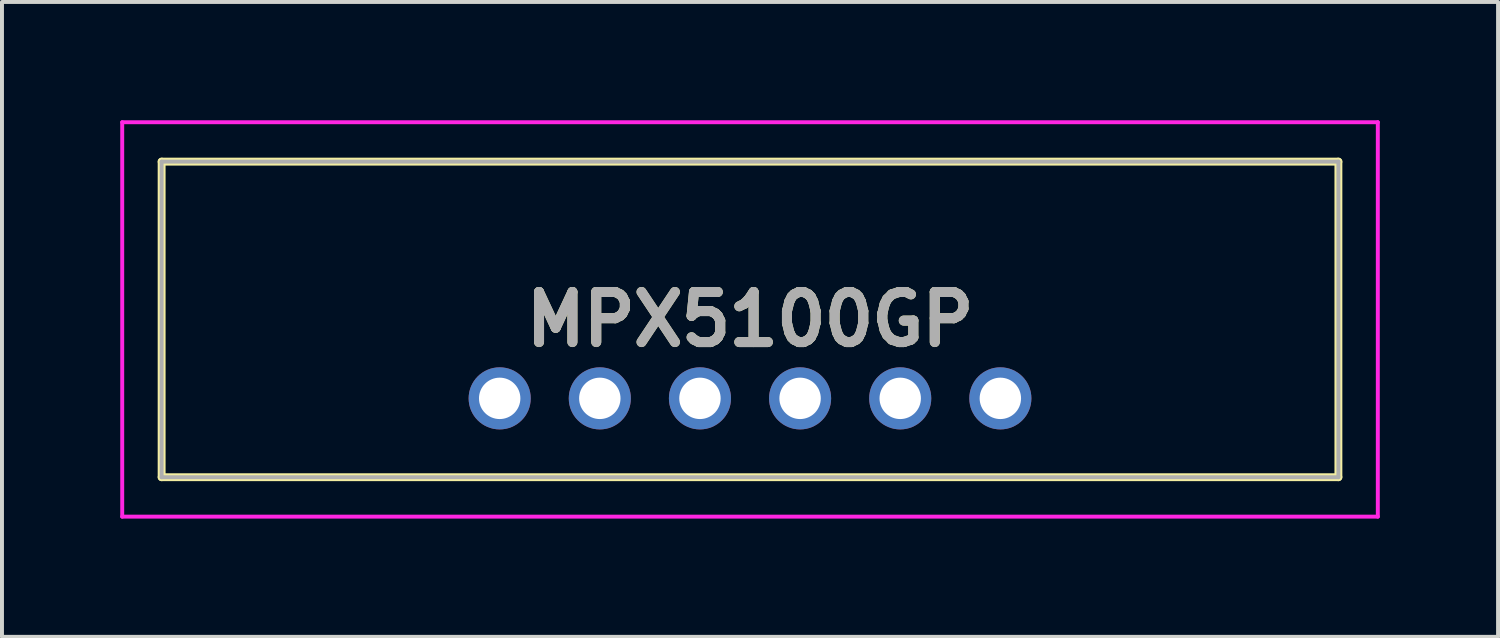
<source format=kicad_pcb>
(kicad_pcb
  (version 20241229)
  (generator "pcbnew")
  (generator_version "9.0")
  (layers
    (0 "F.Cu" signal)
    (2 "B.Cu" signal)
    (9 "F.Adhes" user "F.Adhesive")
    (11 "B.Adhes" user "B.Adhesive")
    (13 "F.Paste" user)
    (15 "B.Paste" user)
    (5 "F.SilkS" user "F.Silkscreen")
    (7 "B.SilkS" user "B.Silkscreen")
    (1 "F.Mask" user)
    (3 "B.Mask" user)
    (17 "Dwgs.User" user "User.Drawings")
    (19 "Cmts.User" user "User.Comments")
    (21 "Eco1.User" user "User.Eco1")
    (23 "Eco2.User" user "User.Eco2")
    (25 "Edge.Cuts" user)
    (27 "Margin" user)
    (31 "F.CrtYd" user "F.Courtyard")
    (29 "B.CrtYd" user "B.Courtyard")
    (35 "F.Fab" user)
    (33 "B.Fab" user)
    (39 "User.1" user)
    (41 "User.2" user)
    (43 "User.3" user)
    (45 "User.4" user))
  (footprint "MPX5100GP"
    (layer "F.Cu")
    (at 9.625 7.055)
    (property "Reference" "MPX5100GP" (at 6.35 -2.003 0) (layer "F.SilkS") (effects (font (size 1.27 1.27) (thickness 0.254))))
    (attr through_hole)
    (fp_line (start -8.575 -6.005) (end 21.275 -6.005) (stroke (width 0.2) (type solid)) (layer "F.SilkS"))
    (fp_line (start -8.575 2) (end -8.575 -6.005) (stroke (width 0.2) (type solid)) (layer "F.SilkS"))
    (fp_line (start 21.275 -6.005) (end 21.275 2) (stroke (width 0.2) (type solid)) (layer "F.SilkS"))
    (fp_line (start 21.275 2) (end -8.575 2) (stroke (width 0.2) (type solid)) (layer "F.SilkS"))
    (fp_line (start -9.575 -7.005) (end 22.275 -7.005) (stroke (width 0.1) (type solid)) (layer "F.CrtYd"))
    (fp_line (start -9.575 3) (end -9.575 -7.005) (stroke (width 0.1) (type solid)) (layer "F.CrtYd"))
    (fp_line (start 22.275 -7.005) (end 22.275 3) (stroke (width 0.1) (type solid)) (layer "F.CrtYd"))
    (fp_line (start 22.275 3) (end -9.575 3) (stroke (width 0.1) (type solid)) (layer "F.CrtYd"))
    (fp_line (start -8.575 -6.005) (end -8.575 2) (stroke (width 0.1) (type solid)) (layer "F.Fab"))
    (fp_line (start -8.575 2) (end 21.275 2) (stroke (width 0.1) (type solid)) (layer "F.Fab"))
    (fp_line (start 21.275 -6.005) (end -8.575 -6.005) (stroke (width 0.1) (type solid)) (layer "F.Fab"))
    (fp_line (start 21.275 2) (end 21.275 -6.005) (stroke (width 0.1) (type solid)) (layer "F.Fab"))
    (fp_text user "${REFERENCE}" (at 6.35 -2.003 0) (layer "F.Fab") (effects (font (size 1.27 1.27) (thickness 0.254))))
    (pad "1" thru_hole circle (at 0 0) (size 1.575 1.575) (drill 1.05) (layers "*.Cu" "*.Mask"))
    (pad "2" thru_hole circle (at 2.54 0) (size 1.575 1.575) (drill 1.05) (layers "*.Cu" "*.Mask"))
    (pad "3" thru_hole circle (at 5.08 0) (size 1.575 1.575) (drill 1.05) (layers "*.Cu" "*.Mask"))
    (pad "4" thru_hole circle (at 7.62 0) (size 1.575 1.575) (drill 1.05) (layers "*.Cu" "*.Mask"))
    (pad "5" thru_hole circle (at 10.16 0) (size 1.575 1.575) (drill 1.05) (layers "*.Cu" "*.Mask"))
    (pad "6" thru_hole circle (at 12.7 0) (size 1.575 1.575) (drill 1.05) (layers "*.Cu" "*.Mask")))
  (gr_rect
    (start -3 -3)
    (end 34.95 13.105)
    (stroke (width 0.1) (type default))
    (fill no)
    (layer "Edge.Cuts")))
</source>
